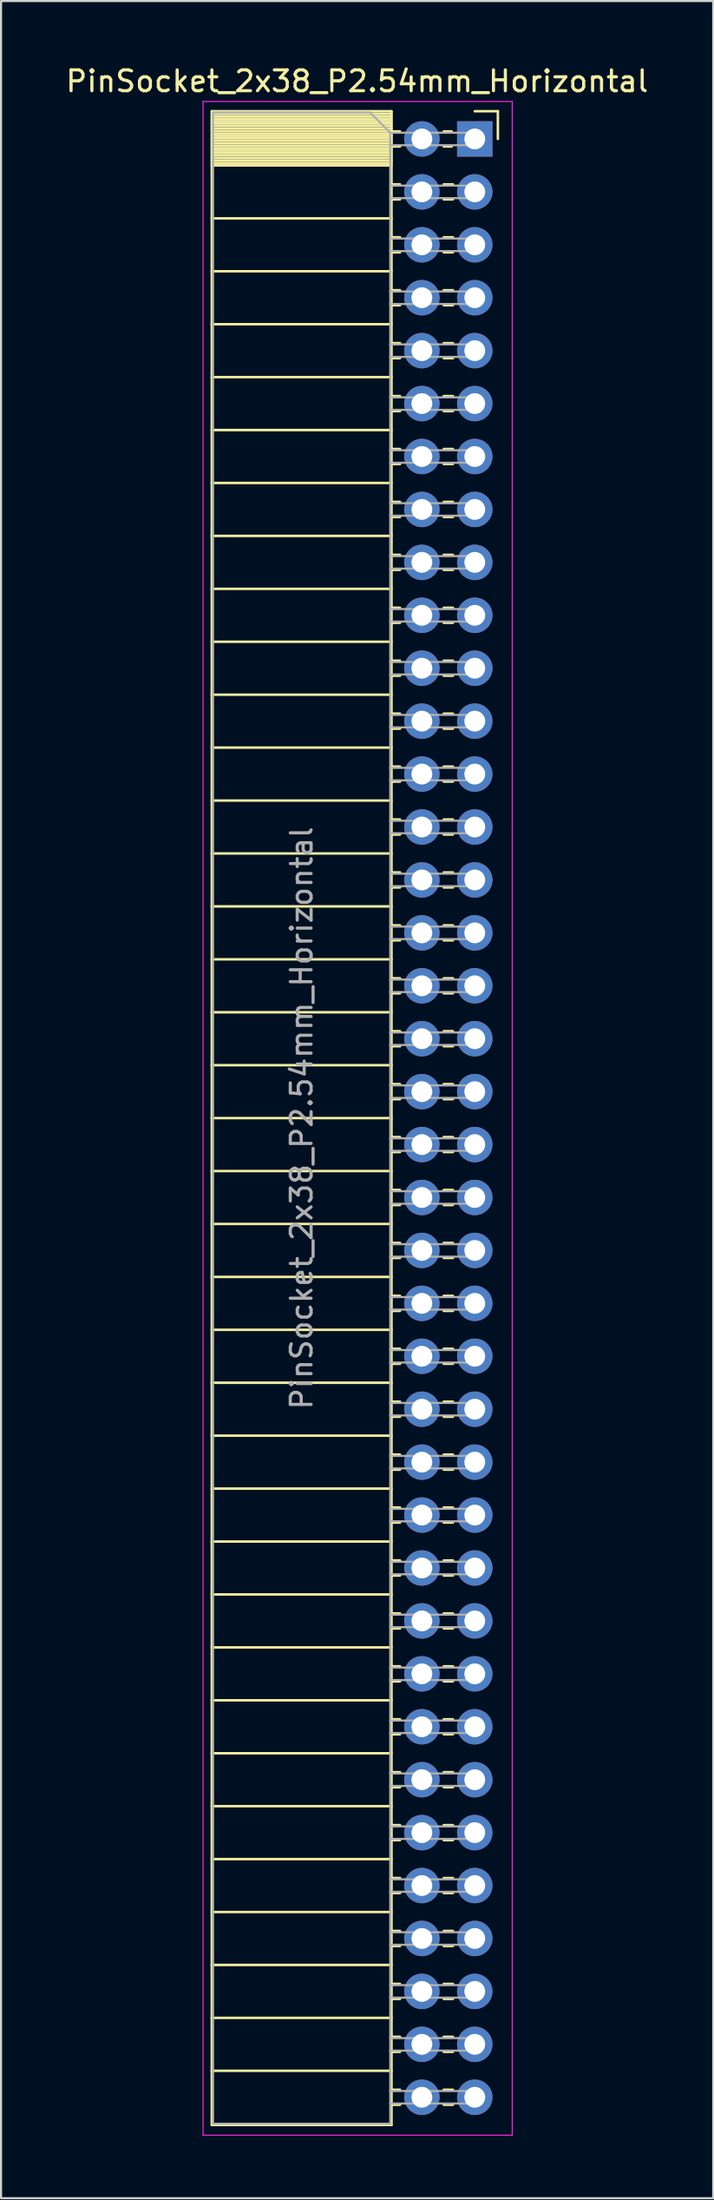
<source format=kicad_pcb>
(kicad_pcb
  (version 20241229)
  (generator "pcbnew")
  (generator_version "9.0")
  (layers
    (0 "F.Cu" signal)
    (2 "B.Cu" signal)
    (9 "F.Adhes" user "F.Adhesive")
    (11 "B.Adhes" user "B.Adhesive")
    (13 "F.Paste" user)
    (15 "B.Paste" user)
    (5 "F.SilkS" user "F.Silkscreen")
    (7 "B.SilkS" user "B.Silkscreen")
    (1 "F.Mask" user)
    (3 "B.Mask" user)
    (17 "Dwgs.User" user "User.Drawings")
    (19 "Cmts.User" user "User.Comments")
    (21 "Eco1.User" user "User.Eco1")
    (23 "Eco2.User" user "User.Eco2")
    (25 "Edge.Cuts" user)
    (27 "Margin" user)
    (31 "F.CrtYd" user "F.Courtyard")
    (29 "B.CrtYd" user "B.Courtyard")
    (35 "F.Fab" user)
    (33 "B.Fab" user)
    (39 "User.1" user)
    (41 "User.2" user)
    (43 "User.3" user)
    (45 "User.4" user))
  (footprint "PinSocket_2x38_P2.54mm_Horizontal"
    (layer "F.Cu")
    (at 19.751 3.618)
    (property "Reference" "PinSocket_2x38_P2.54mm_Horizontal" (at -5.65 -2.77 0) (layer "F.SilkS") (effects (font (size 1 1) (thickness 0.15))))
    (attr through_hole)
    (fp_line (start -12.63 -1.33) (end -12.63 95.31) (stroke (width 0.12) (type solid)) (layer "F.SilkS"))
    (fp_line (start -12.63 -1.33) (end -4 -1.33) (stroke (width 0.12) (type solid)) (layer "F.SilkS"))
    (fp_line (start -12.63 -1.21) (end -4 -1.21) (stroke (width 0.12) (type solid)) (layer "F.SilkS"))
    (fp_line (start -12.63 -1.092) (end -4 -1.092) (stroke (width 0.12) (type solid)) (layer "F.SilkS"))
    (fp_line (start -12.63 -0.974) (end -4 -0.974) (stroke (width 0.12) (type solid)) (layer "F.SilkS"))
    (fp_line (start -12.63 -0.856) (end -4 -0.856) (stroke (width 0.12) (type solid)) (layer "F.SilkS"))
    (fp_line (start -12.63 -0.738) (end -4 -0.738) (stroke (width 0.12) (type solid)) (layer "F.SilkS"))
    (fp_line (start -12.63 -0.62) (end -4 -0.62) (stroke (width 0.12) (type solid)) (layer "F.SilkS"))
    (fp_line (start -12.63 -0.501) (end -4 -0.501) (stroke (width 0.12) (type solid)) (layer "F.SilkS"))
    (fp_line (start -12.63 -0.383) (end -4 -0.383) (stroke (width 0.12) (type solid)) (layer "F.SilkS"))
    (fp_line (start -12.63 -0.265) (end -4 -0.265) (stroke (width 0.12) (type solid)) (layer "F.SilkS"))
    (fp_line (start -12.63 -0.147) (end -4 -0.147) (stroke (width 0.12) (type solid)) (layer "F.SilkS"))
    (fp_line (start -12.63 -0.029) (end -4 -0.029) (stroke (width 0.12) (type solid)) (layer "F.SilkS"))
    (fp_line (start -12.63 0.089) (end -4 0.089) (stroke (width 0.12) (type solid)) (layer "F.SilkS"))
    (fp_line (start -12.63 0.207) (end -4 0.207) (stroke (width 0.12) (type solid)) (layer "F.SilkS"))
    (fp_line (start -12.63 0.325) (end -4 0.325) (stroke (width 0.12) (type solid)) (layer "F.SilkS"))
    (fp_line (start -12.63 0.443) (end -4 0.443) (stroke (width 0.12) (type solid)) (layer "F.SilkS"))
    (fp_line (start -12.63 0.561) (end -4 0.561) (stroke (width 0.12) (type solid)) (layer "F.SilkS"))
    (fp_line (start -12.63 0.68) (end -4 0.68) (stroke (width 0.12) (type solid)) (layer "F.SilkS"))
    (fp_line (start -12.63 0.798) (end -4 0.798) (stroke (width 0.12) (type solid)) (layer "F.SilkS"))
    (fp_line (start -12.63 0.916) (end -4 0.916) (stroke (width 0.12) (type solid)) (layer "F.SilkS"))
    (fp_line (start -12.63 1.034) (end -4 1.034) (stroke (width 0.12) (type solid)) (layer "F.SilkS"))
    (fp_line (start -12.63 1.152) (end -4 1.152) (stroke (width 0.12) (type solid)) (layer "F.SilkS"))
    (fp_line (start -12.63 1.27) (end -4 1.27) (stroke (width 0.12) (type solid)) (layer "F.SilkS"))
    (fp_line (start -12.63 3.81) (end -4 3.81) (stroke (width 0.12) (type solid)) (layer "F.SilkS"))
    (fp_line (start -12.63 6.35) (end -4 6.35) (stroke (width 0.12) (type solid)) (layer "F.SilkS"))
    (fp_line (start -12.63 8.89) (end -4 8.89) (stroke (width 0.12) (type solid)) (layer "F.SilkS"))
    (fp_line (start -12.63 11.43) (end -4 11.43) (stroke (width 0.12) (type solid)) (layer "F.SilkS"))
    (fp_line (start -12.63 13.97) (end -4 13.97) (stroke (width 0.12) (type solid)) (layer "F.SilkS"))
    (fp_line (start -12.63 16.51) (end -4 16.51) (stroke (width 0.12) (type solid)) (layer "F.SilkS"))
    (fp_line (start -12.63 19.05) (end -4 19.05) (stroke (width 0.12) (type solid)) (layer "F.SilkS"))
    (fp_line (start -12.63 21.59) (end -4 21.59) (stroke (width 0.12) (type solid)) (layer "F.SilkS"))
    (fp_line (start -12.63 24.13) (end -4 24.13) (stroke (width 0.12) (type solid)) (layer "F.SilkS"))
    (fp_line (start -12.63 26.67) (end -4 26.67) (stroke (width 0.12) (type solid)) (layer "F.SilkS"))
    (fp_line (start -12.63 29.21) (end -4 29.21) (stroke (width 0.12) (type solid)) (layer "F.SilkS"))
    (fp_line (start -12.63 31.75) (end -4 31.75) (stroke (width 0.12) (type solid)) (layer "F.SilkS"))
    (fp_line (start -12.63 34.29) (end -4 34.29) (stroke (width 0.12) (type solid)) (layer "F.SilkS"))
    (fp_line (start -12.63 36.83) (end -4 36.83) (stroke (width 0.12) (type solid)) (layer "F.SilkS"))
    (fp_line (start -12.63 39.37) (end -4 39.37) (stroke (width 0.12) (type solid)) (layer "F.SilkS"))
    (fp_line (start -12.63 41.91) (end -4 41.91) (stroke (width 0.12) (type solid)) (layer "F.SilkS"))
    (fp_line (start -12.63 44.45) (end -4 44.45) (stroke (width 0.12) (type solid)) (layer "F.SilkS"))
    (fp_line (start -12.63 46.99) (end -4 46.99) (stroke (width 0.12) (type solid)) (layer "F.SilkS"))
    (fp_line (start -12.63 49.53) (end -4 49.53) (stroke (width 0.12) (type solid)) (layer "F.SilkS"))
    (fp_line (start -12.63 52.07) (end -4 52.07) (stroke (width 0.12) (type solid)) (layer "F.SilkS"))
    (fp_line (start -12.63 54.61) (end -4 54.61) (stroke (width 0.12) (type solid)) (layer "F.SilkS"))
    (fp_line (start -12.63 57.15) (end -4 57.15) (stroke (width 0.12) (type solid)) (layer "F.SilkS"))
    (fp_line (start -12.63 59.69) (end -4 59.69) (stroke (width 0.12) (type solid)) (layer "F.SilkS"))
    (fp_line (start -12.63 62.23) (end -4 62.23) (stroke (width 0.12) (type solid)) (layer "F.SilkS"))
    (fp_line (start -12.63 64.77) (end -4 64.77) (stroke (width 0.12) (type solid)) (layer "F.SilkS"))
    (fp_line (start -12.63 67.31) (end -4 67.31) (stroke (width 0.12) (type solid)) (layer "F.SilkS"))
    (fp_line (start -12.63 69.85) (end -4 69.85) (stroke (width 0.12) (type solid)) (layer "F.SilkS"))
    (fp_line (start -12.63 72.39) (end -4 72.39) (stroke (width 0.12) (type solid)) (layer "F.SilkS"))
    (fp_line (start -12.63 74.93) (end -4 74.93) (stroke (width 0.12) (type solid)) (layer "F.SilkS"))
    (fp_line (start -12.63 77.47) (end -4 77.47) (stroke (width 0.12) (type solid)) (layer "F.SilkS"))
    (fp_line (start -12.63 80.01) (end -4 80.01) (stroke (width 0.12) (type solid)) (layer "F.SilkS"))
    (fp_line (start -12.63 82.55) (end -4 82.55) (stroke (width 0.12) (type solid)) (layer "F.SilkS"))
    (fp_line (start -12.63 85.09) (end -4 85.09) (stroke (width 0.12) (type solid)) (layer "F.SilkS"))
    (fp_line (start -12.63 87.63) (end -4 87.63) (stroke (width 0.12) (type solid)) (layer "F.SilkS"))
    (fp_line (start -12.63 90.17) (end -4 90.17) (stroke (width 0.12) (type solid)) (layer "F.SilkS"))
    (fp_line (start -12.63 92.71) (end -4 92.71) (stroke (width 0.12) (type solid)) (layer "F.SilkS"))
    (fp_line (start -12.63 95.31) (end -4 95.31) (stroke (width 0.12) (type solid)) (layer "F.SilkS"))
    (fp_line (start -4 -1.33) (end -4 95.31) (stroke (width 0.12) (type solid)) (layer "F.SilkS"))
    (fp_line (start -4 -0.36) (end -3.59 -0.36) (stroke (width 0.12) (type solid)) (layer "F.SilkS"))
    (fp_line (start -4 0.36) (end -3.59 0.36) (stroke (width 0.12) (type solid)) (layer "F.SilkS"))
    (fp_line (start -4 2.18) (end -3.59 2.18) (stroke (width 0.12) (type solid)) (layer "F.SilkS"))
    (fp_line (start -4 2.9) (end -3.59 2.9) (stroke (width 0.12) (type solid)) (layer "F.SilkS"))
    (fp_line (start -4 4.72) (end -3.59 4.72) (stroke (width 0.12) (type solid)) (layer "F.SilkS"))
    (fp_line (start -4 5.44) (end -3.59 5.44) (stroke (width 0.12) (type solid)) (layer "F.SilkS"))
    (fp_line (start -4 7.26) (end -3.59 7.26) (stroke (width 0.12) (type solid)) (layer "F.SilkS"))
    (fp_line (start -4 7.98) (end -3.59 7.98) (stroke (width 0.12) (type solid)) (layer "F.SilkS"))
    (fp_line (start -4 9.8) (end -3.59 9.8) (stroke (width 0.12) (type solid)) (layer "F.SilkS"))
    (fp_line (start -4 10.52) (end -3.59 10.52) (stroke (width 0.12) (type solid)) (layer "F.SilkS"))
    (fp_line (start -4 12.34) (end -3.59 12.34) (stroke (width 0.12) (type solid)) (layer "F.SilkS"))
    (fp_line (start -4 13.06) (end -3.59 13.06) (stroke (width 0.12) (type solid)) (layer "F.SilkS"))
    (fp_line (start -4 14.88) (end -3.59 14.88) (stroke (width 0.12) (type solid)) (layer "F.SilkS"))
    (fp_line (start -4 15.6) (end -3.59 15.6) (stroke (width 0.12) (type solid)) (layer "F.SilkS"))
    (fp_line (start -4 17.42) (end -3.59 17.42) (stroke (width 0.12) (type solid)) (layer "F.SilkS"))
    (fp_line (start -4 18.14) (end -3.59 18.14) (stroke (width 0.12) (type solid)) (layer "F.SilkS"))
    (fp_line (start -4 19.96) (end -3.59 19.96) (stroke (width 0.12) (type solid)) (layer "F.SilkS"))
    (fp_line (start -4 20.68) (end -3.59 20.68) (stroke (width 0.12) (type solid)) (layer "F.SilkS"))
    (fp_line (start -4 22.5) (end -3.59 22.5) (stroke (width 0.12) (type solid)) (layer "F.SilkS"))
    (fp_line (start -4 23.22) (end -3.59 23.22) (stroke (width 0.12) (type solid)) (layer "F.SilkS"))
    (fp_line (start -4 25.04) (end -3.59 25.04) (stroke (width 0.12) (type solid)) (layer "F.SilkS"))
    (fp_line (start -4 25.76) (end -3.59 25.76) (stroke (width 0.12) (type solid)) (layer "F.SilkS"))
    (fp_line (start -4 27.58) (end -3.59 27.58) (stroke (width 0.12) (type solid)) (layer "F.SilkS"))
    (fp_line (start -4 28.3) (end -3.59 28.3) (stroke (width 0.12) (type solid)) (layer "F.SilkS"))
    (fp_line (start -4 30.12) (end -3.59 30.12) (stroke (width 0.12) (type solid)) (layer "F.SilkS"))
    (fp_line (start -4 30.84) (end -3.59 30.84) (stroke (width 0.12) (type solid)) (layer "F.SilkS"))
    (fp_line (start -4 32.66) (end -3.59 32.66) (stroke (width 0.12) (type solid)) (layer "F.SilkS"))
    (fp_line (start -4 33.38) (end -3.59 33.38) (stroke (width 0.12) (type solid)) (layer "F.SilkS"))
    (fp_line (start -4 35.2) (end -3.59 35.2) (stroke (width 0.12) (type solid)) (layer "F.SilkS"))
    (fp_line (start -4 35.92) (end -3.59 35.92) (stroke (width 0.12) (type solid)) (layer "F.SilkS"))
    (fp_line (start -4 37.74) (end -3.59 37.74) (stroke (width 0.12) (type solid)) (layer "F.SilkS"))
    (fp_line (start -4 38.46) (end -3.59 38.46) (stroke (width 0.12) (type solid)) (layer "F.SilkS"))
    (fp_line (start -4 40.28) (end -3.59 40.28) (stroke (width 0.12) (type solid)) (layer "F.SilkS"))
    (fp_line (start -4 41) (end -3.59 41) (stroke (width 0.12) (type solid)) (layer "F.SilkS"))
    (fp_line (start -4 42.82) (end -3.59 42.82) (stroke (width 0.12) (type solid)) (layer "F.SilkS"))
    (fp_line (start -4 43.54) (end -3.59 43.54) (stroke (width 0.12) (type solid)) (layer "F.SilkS"))
    (fp_line (start -4 45.36) (end -3.59 45.36) (stroke (width 0.12) (type solid)) (layer "F.SilkS"))
    (fp_line (start -4 46.08) (end -3.59 46.08) (stroke (width 0.12) (type solid)) (layer "F.SilkS"))
    (fp_line (start -4 47.9) (end -3.59 47.9) (stroke (width 0.12) (type solid)) (layer "F.SilkS"))
    (fp_line (start -4 48.62) (end -3.59 48.62) (stroke (width 0.12) (type solid)) (layer "F.SilkS"))
    (fp_line (start -4 50.44) (end -3.59 50.44) (stroke (width 0.12) (type solid)) (layer "F.SilkS"))
    (fp_line (start -4 51.16) (end -3.59 51.16) (stroke (width 0.12) (type solid)) (layer "F.SilkS"))
    (fp_line (start -4 52.98) (end -3.59 52.98) (stroke (width 0.12) (type solid)) (layer "F.SilkS"))
    (fp_line (start -4 53.7) (end -3.59 53.7) (stroke (width 0.12) (type solid)) (layer "F.SilkS"))
    (fp_line (start -4 55.52) (end -3.59 55.52) (stroke (width 0.12) (type solid)) (layer "F.SilkS"))
    (fp_line (start -4 56.24) (end -3.59 56.24) (stroke (width 0.12) (type solid)) (layer "F.SilkS"))
    (fp_line (start -4 58.06) (end -3.59 58.06) (stroke (width 0.12) (type solid)) (layer "F.SilkS"))
    (fp_line (start -4 58.78) (end -3.59 58.78) (stroke (width 0.12) (type solid)) (layer "F.SilkS"))
    (fp_line (start -4 60.6) (end -3.59 60.6) (stroke (width 0.12) (type solid)) (layer "F.SilkS"))
    (fp_line (start -4 61.32) (end -3.59 61.32) (stroke (width 0.12) (type solid)) (layer "F.SilkS"))
    (fp_line (start -4 63.14) (end -3.59 63.14) (stroke (width 0.12) (type solid)) (layer "F.SilkS"))
    (fp_line (start -4 63.86) (end -3.59 63.86) (stroke (width 0.12) (type solid)) (layer "F.SilkS"))
    (fp_line (start -4 65.68) (end -3.59 65.68) (stroke (width 0.12) (type solid)) (layer "F.SilkS"))
    (fp_line (start -4 66.4) (end -3.59 66.4) (stroke (width 0.12) (type solid)) (layer "F.SilkS"))
    (fp_line (start -4 68.22) (end -3.59 68.22) (stroke (width 0.12) (type solid)) (layer "F.SilkS"))
    (fp_line (start -4 68.94) (end -3.59 68.94) (stroke (width 0.12) (type solid)) (layer "F.SilkS"))
    (fp_line (start -4 70.76) (end -3.59 70.76) (stroke (width 0.12) (type solid)) (layer "F.SilkS"))
    (fp_line (start -4 71.48) (end -3.59 71.48) (stroke (width 0.12) (type solid)) (layer "F.SilkS"))
    (fp_line (start -4 73.3) (end -3.59 73.3) (stroke (width 0.12) (type solid)) (layer "F.SilkS"))
    (fp_line (start -4 74.02) (end -3.59 74.02) (stroke (width 0.12) (type solid)) (layer "F.SilkS"))
    (fp_line (start -4 75.84) (end -3.59 75.84) (stroke (width 0.12) (type solid)) (layer "F.SilkS"))
    (fp_line (start -4 76.56) (end -3.59 76.56) (stroke (width 0.12) (type solid)) (layer "F.SilkS"))
    (fp_line (start -4 78.38) (end -3.59 78.38) (stroke (width 0.12) (type solid)) (layer "F.SilkS"))
    (fp_line (start -4 79.1) (end -3.59 79.1) (stroke (width 0.12) (type solid)) (layer "F.SilkS"))
    (fp_line (start -4 80.92) (end -3.59 80.92) (stroke (width 0.12) (type solid)) (layer "F.SilkS"))
    (fp_line (start -4 81.64) (end -3.59 81.64) (stroke (width 0.12) (type solid)) (layer "F.SilkS"))
    (fp_line (start -4 83.46) (end -3.59 83.46) (stroke (width 0.12) (type solid)) (layer "F.SilkS"))
    (fp_line (start -4 84.18) (end -3.59 84.18) (stroke (width 0.12) (type solid)) (layer "F.SilkS"))
    (fp_line (start -4 86) (end -3.59 86) (stroke (width 0.12) (type solid)) (layer "F.SilkS"))
    (fp_line (start -4 86.72) (end -3.59 86.72) (stroke (width 0.12) (type solid)) (layer "F.SilkS"))
    (fp_line (start -4 88.54) (end -3.59 88.54) (stroke (width 0.12) (type solid)) (layer "F.SilkS"))
    (fp_line (start -4 89.26) (end -3.59 89.26) (stroke (width 0.12) (type solid)) (layer "F.SilkS"))
    (fp_line (start -4 91.08) (end -3.59 91.08) (stroke (width 0.12) (type solid)) (layer "F.SilkS"))
    (fp_line (start -4 91.8) (end -3.59 91.8) (stroke (width 0.12) (type solid)) (layer "F.SilkS"))
    (fp_line (start -4 93.62) (end -3.59 93.62) (stroke (width 0.12) (type solid)) (layer "F.SilkS"))
    (fp_line (start -4 94.34) (end -3.59 94.34) (stroke (width 0.12) (type solid)) (layer "F.SilkS"))
    (fp_line (start -1.49 -0.36) (end -1.11 -0.36) (stroke (width 0.12) (type solid)) (layer "F.SilkS"))
    (fp_line (start -1.49 0.36) (end -1.11 0.36) (stroke (width 0.12) (type solid)) (layer "F.SilkS"))
    (fp_line (start -1.49 2.18) (end -1.05 2.18) (stroke (width 0.12) (type solid)) (layer "F.SilkS"))
    (fp_line (start -1.49 2.9) (end -1.05 2.9) (stroke (width 0.12) (type solid)) (layer "F.SilkS"))
    (fp_line (start -1.49 4.72) (end -1.05 4.72) (stroke (width 0.12) (type solid)) (layer "F.SilkS"))
    (fp_line (start -1.49 5.44) (end -1.05 5.44) (stroke (width 0.12) (type solid)) (layer "F.SilkS"))
    (fp_line (start -1.49 7.26) (end -1.05 7.26) (stroke (width 0.12) (type solid)) (layer "F.SilkS"))
    (fp_line (start -1.49 7.98) (end -1.05 7.98) (stroke (width 0.12) (type solid)) (layer "F.SilkS"))
    (fp_line (start -1.49 9.8) (end -1.05 9.8) (stroke (width 0.12) (type solid)) (layer "F.SilkS"))
    (fp_line (start -1.49 10.52) (end -1.05 10.52) (stroke (width 0.12) (type solid)) (layer "F.SilkS"))
    (fp_line (start -1.49 12.34) (end -1.05 12.34) (stroke (width 0.12) (type solid)) (layer "F.SilkS"))
    (fp_line (start -1.49 13.06) (end -1.05 13.06) (stroke (width 0.12) (type solid)) (layer "F.SilkS"))
    (fp_line (start -1.49 14.88) (end -1.05 14.88) (stroke (width 0.12) (type solid)) (layer "F.SilkS"))
    (fp_line (start -1.49 15.6) (end -1.05 15.6) (stroke (width 0.12) (type solid)) (layer "F.SilkS"))
    (fp_line (start -1.49 17.42) (end -1.05 17.42) (stroke (width 0.12) (type solid)) (layer "F.SilkS"))
    (fp_line (start -1.49 18.14) (end -1.05 18.14) (stroke (width 0.12) (type solid)) (layer "F.SilkS"))
    (fp_line (start -1.49 19.96) (end -1.05 19.96) (stroke (width 0.12) (type solid)) (layer "F.SilkS"))
    (fp_line (start -1.49 20.68) (end -1.05 20.68) (stroke (width 0.12) (type solid)) (layer "F.SilkS"))
    (fp_line (start -1.49 22.5) (end -1.05 22.5) (stroke (width 0.12) (type solid)) (layer "F.SilkS"))
    (fp_line (start -1.49 23.22) (end -1.05 23.22) (stroke (width 0.12) (type solid)) (layer "F.SilkS"))
    (fp_line (start -1.49 25.04) (end -1.05 25.04) (stroke (width 0.12) (type solid)) (layer "F.SilkS"))
    (fp_line (start -1.49 25.76) (end -1.05 25.76) (stroke (width 0.12) (type solid)) (layer "F.SilkS"))
    (fp_line (start -1.49 27.58) (end -1.05 27.58) (stroke (width 0.12) (type solid)) (layer "F.SilkS"))
    (fp_line (start -1.49 28.3) (end -1.05 28.3) (stroke (width 0.12) (type solid)) (layer "F.SilkS"))
    (fp_line (start -1.49 30.12) (end -1.05 30.12) (stroke (width 0.12) (type solid)) (layer "F.SilkS"))
    (fp_line (start -1.49 30.84) (end -1.05 30.84) (stroke (width 0.12) (type solid)) (layer "F.SilkS"))
    (fp_line (start -1.49 32.66) (end -1.05 32.66) (stroke (width 0.12) (type solid)) (layer "F.SilkS"))
    (fp_line (start -1.49 33.38) (end -1.05 33.38) (stroke (width 0.12) (type solid)) (layer "F.SilkS"))
    (fp_line (start -1.49 35.2) (end -1.05 35.2) (stroke (width 0.12) (type solid)) (layer "F.SilkS"))
    (fp_line (start -1.49 35.92) (end -1.05 35.92) (stroke (width 0.12) (type solid)) (layer "F.SilkS"))
    (fp_line (start -1.49 37.74) (end -1.05 37.74) (stroke (width 0.12) (type solid)) (layer "F.SilkS"))
    (fp_line (start -1.49 38.46) (end -1.05 38.46) (stroke (width 0.12) (type solid)) (layer "F.SilkS"))
    (fp_line (start -1.49 40.28) (end -1.05 40.28) (stroke (width 0.12) (type solid)) (layer "F.SilkS"))
    (fp_line (start -1.49 41) (end -1.05 41) (stroke (width 0.12) (type solid)) (layer "F.SilkS"))
    (fp_line (start -1.49 42.82) (end -1.05 42.82) (stroke (width 0.12) (type solid)) (layer "F.SilkS"))
    (fp_line (start -1.49 43.54) (end -1.05 43.54) (stroke (width 0.12) (type solid)) (layer "F.SilkS"))
    (fp_line (start -1.49 45.36) (end -1.05 45.36) (stroke (width 0.12) (type solid)) (layer "F.SilkS"))
    (fp_line (start -1.49 46.08) (end -1.05 46.08) (stroke (width 0.12) (type solid)) (layer "F.SilkS"))
    (fp_line (start -1.49 47.9) (end -1.05 47.9) (stroke (width 0.12) (type solid)) (layer "F.SilkS"))
    (fp_line (start -1.49 48.62) (end -1.05 48.62) (stroke (width 0.12) (type solid)) (layer "F.SilkS"))
    (fp_line (start -1.49 50.44) (end -1.05 50.44) (stroke (width 0.12) (type solid)) (layer "F.SilkS"))
    (fp_line (start -1.49 51.16) (end -1.05 51.16) (stroke (width 0.12) (type solid)) (layer "F.SilkS"))
    (fp_line (start -1.49 52.98) (end -1.05 52.98) (stroke (width 0.12) (type solid)) (layer "F.SilkS"))
    (fp_line (start -1.49 53.7) (end -1.05 53.7) (stroke (width 0.12) (type solid)) (layer "F.SilkS"))
    (fp_line (start -1.49 55.52) (end -1.05 55.52) (stroke (width 0.12) (type solid)) (layer "F.SilkS"))
    (fp_line (start -1.49 56.24) (end -1.05 56.24) (stroke (width 0.12) (type solid)) (layer "F.SilkS"))
    (fp_line (start -1.49 58.06) (end -1.05 58.06) (stroke (width 0.12) (type solid)) (layer "F.SilkS"))
    (fp_line (start -1.49 58.78) (end -1.05 58.78) (stroke (width 0.12) (type solid)) (layer "F.SilkS"))
    (fp_line (start -1.49 60.6) (end -1.05 60.6) (stroke (width 0.12) (type solid)) (layer "F.SilkS"))
    (fp_line (start -1.49 61.32) (end -1.05 61.32) (stroke (width 0.12) (type solid)) (layer "F.SilkS"))
    (fp_line (start -1.49 63.14) (end -1.05 63.14) (stroke (width 0.12) (type solid)) (layer "F.SilkS"))
    (fp_line (start -1.49 63.86) (end -1.05 63.86) (stroke (width 0.12) (type solid)) (layer "F.SilkS"))
    (fp_line (start -1.49 65.68) (end -1.05 65.68) (stroke (width 0.12) (type solid)) (layer "F.SilkS"))
    (fp_line (start -1.49 66.4) (end -1.05 66.4) (stroke (width 0.12) (type solid)) (layer "F.SilkS"))
    (fp_line (start -1.49 68.22) (end -1.05 68.22) (stroke (width 0.12) (type solid)) (layer "F.SilkS"))
    (fp_line (start -1.49 68.94) (end -1.05 68.94) (stroke (width 0.12) (type solid)) (layer "F.SilkS"))
    (fp_line (start -1.49 70.76) (end -1.05 70.76) (stroke (width 0.12) (type solid)) (layer "F.SilkS"))
    (fp_line (start -1.49 71.48) (end -1.05 71.48) (stroke (width 0.12) (type solid)) (layer "F.SilkS"))
    (fp_line (start -1.49 73.3) (end -1.05 73.3) (stroke (width 0.12) (type solid)) (layer "F.SilkS"))
    (fp_line (start -1.49 74.02) (end -1.05 74.02) (stroke (width 0.12) (type solid)) (layer "F.SilkS"))
    (fp_line (start -1.49 75.84) (end -1.05 75.84) (stroke (width 0.12) (type solid)) (layer "F.SilkS"))
    (fp_line (start -1.49 76.56) (end -1.05 76.56) (stroke (width 0.12) (type solid)) (layer "F.SilkS"))
    (fp_line (start -1.49 78.38) (end -1.05 78.38) (stroke (width 0.12) (type solid)) (layer "F.SilkS"))
    (fp_line (start -1.49 79.1) (end -1.05 79.1) (stroke (width 0.12) (type solid)) (layer "F.SilkS"))
    (fp_line (start -1.49 80.92) (end -1.05 80.92) (stroke (width 0.12) (type solid)) (layer "F.SilkS"))
    (fp_line (start -1.49 81.64) (end -1.05 81.64) (stroke (width 0.12) (type solid)) (layer "F.SilkS"))
    (fp_line (start -1.49 83.46) (end -1.05 83.46) (stroke (width 0.12) (type solid)) (layer "F.SilkS"))
    (fp_line (start -1.49 84.18) (end -1.05 84.18) (stroke (width 0.12) (type solid)) (layer "F.SilkS"))
    (fp_line (start -1.49 86) (end -1.05 86) (stroke (width 0.12) (type solid)) (layer "F.SilkS"))
    (fp_line (start -1.49 86.72) (end -1.05 86.72) (stroke (width 0.12) (type solid)) (layer "F.SilkS"))
    (fp_line (start -1.49 88.54) (end -1.05 88.54) (stroke (width 0.12) (type solid)) (layer "F.SilkS"))
    (fp_line (start -1.49 89.26) (end -1.05 89.26) (stroke (width 0.12) (type solid)) (layer "F.SilkS"))
    (fp_line (start -1.49 91.08) (end -1.05 91.08) (stroke (width 0.12) (type solid)) (layer "F.SilkS"))
    (fp_line (start -1.49 91.8) (end -1.05 91.8) (stroke (width 0.12) (type solid)) (layer "F.SilkS"))
    (fp_line (start -1.49 93.62) (end -1.05 93.62) (stroke (width 0.12) (type solid)) (layer "F.SilkS"))
    (fp_line (start -1.49 94.34) (end -1.05 94.34) (stroke (width 0.12) (type solid)) (layer "F.SilkS"))
    (fp_line (start 0 -1.33) (end 1.11 -1.33) (stroke (width 0.12) (type solid)) (layer "F.SilkS"))
    (fp_line (start 1.11 -1.33) (end 1.11 0) (stroke (width 0.12) (type solid)) (layer "F.SilkS"))
    (fp_line (start -13.05 -1.8) (end -13.05 95.8) (stroke (width 0.05) (type solid)) (layer "F.CrtYd"))
    (fp_line (start -13.05 95.8) (end 1.8 95.8) (stroke (width 0.05) (type solid)) (layer "F.CrtYd"))
    (fp_line (start 1.8 -1.8) (end -13.05 -1.8) (stroke (width 0.05) (type solid)) (layer "F.CrtYd"))
    (fp_line (start 1.8 95.8) (end 1.8 -1.8) (stroke (width 0.05) (type solid)) (layer "F.CrtYd"))
    (fp_line (start -12.57 -1.27) (end -5.03 -1.27) (stroke (width 0.1) (type solid)) (layer "F.Fab"))
    (fp_line (start -12.57 95.25) (end -12.57 -1.27) (stroke (width 0.1) (type solid)) (layer "F.Fab"))
    (fp_line (start -5.03 -1.27) (end -4.06 -0.3) (stroke (width 0.1) (type solid)) (layer "F.Fab"))
    (fp_line (start -4.06 -0.3) (end -4.06 95.25) (stroke (width 0.1) (type solid)) (layer "F.Fab"))
    (fp_line (start -4.06 0.3) (end 0 0.3) (stroke (width 0.1) (type solid)) (layer "F.Fab"))
    (fp_line (start -4.06 2.84) (end 0 2.84) (stroke (width 0.1) (type solid)) (layer "F.Fab"))
    (fp_line (start -4.06 5.38) (end 0 5.38) (stroke (width 0.1) (type solid)) (layer "F.Fab"))
    (fp_line (start -4.06 7.92) (end 0 7.92) (stroke (width 0.1) (type solid)) (layer "F.Fab"))
    (fp_line (start -4.06 10.46) (end 0 10.46) (stroke (width 0.1) (type solid)) (layer "F.Fab"))
    (fp_line (start -4.06 13) (end 0 13) (stroke (width 0.1) (type solid)) (layer "F.Fab"))
    (fp_line (start -4.06 15.54) (end 0 15.54) (stroke (width 0.1) (type solid)) (layer "F.Fab"))
    (fp_line (start -4.06 18.08) (end 0 18.08) (stroke (width 0.1) (type solid)) (layer "F.Fab"))
    (fp_line (start -4.06 20.62) (end 0 20.62) (stroke (width 0.1) (type solid)) (layer "F.Fab"))
    (fp_line (start -4.06 23.16) (end 0 23.16) (stroke (width 0.1) (type solid)) (layer "F.Fab"))
    (fp_line (start -4.06 25.7) (end 0 25.7) (stroke (width 0.1) (type solid)) (layer "F.Fab"))
    (fp_line (start -4.06 28.24) (end 0 28.24) (stroke (width 0.1) (type solid)) (layer "F.Fab"))
    (fp_line (start -4.06 30.78) (end 0 30.78) (stroke (width 0.1) (type solid)) (layer "F.Fab"))
    (fp_line (start -4.06 33.32) (end 0 33.32) (stroke (width 0.1) (type solid)) (layer "F.Fab"))
    (fp_line (start -4.06 35.86) (end 0 35.86) (stroke (width 0.1) (type solid)) (layer "F.Fab"))
    (fp_line (start -4.06 38.4) (end 0 38.4) (stroke (width 0.1) (type solid)) (layer "F.Fab"))
    (fp_line (start -4.06 40.94) (end 0 40.94) (stroke (width 0.1) (type solid)) (layer "F.Fab"))
    (fp_line (start -4.06 43.48) (end 0 43.48) (stroke (width 0.1) (type solid)) (layer "F.Fab"))
    (fp_line (start -4.06 46.02) (end 0 46.02) (stroke (width 0.1) (type solid)) (layer "F.Fab"))
    (fp_line (start -4.06 48.56) (end 0 48.56) (stroke (width 0.1) (type solid)) (layer "F.Fab"))
    (fp_line (start -4.06 51.1) (end 0 51.1) (stroke (width 0.1) (type solid)) (layer "F.Fab"))
    (fp_line (start -4.06 53.64) (end 0 53.64) (stroke (width 0.1) (type solid)) (layer "F.Fab"))
    (fp_line (start -4.06 56.18) (end 0 56.18) (stroke (width 0.1) (type solid)) (layer "F.Fab"))
    (fp_line (start -4.06 58.72) (end 0 58.72) (stroke (width 0.1) (type solid)) (layer "F.Fab"))
    (fp_line (start -4.06 61.26) (end 0 61.26) (stroke (width 0.1) (type solid)) (layer "F.Fab"))
    (fp_line (start -4.06 63.8) (end 0 63.8) (stroke (width 0.1) (type solid)) (layer "F.Fab"))
    (fp_line (start -4.06 66.34) (end 0 66.34) (stroke (width 0.1) (type solid)) (layer "F.Fab"))
    (fp_line (start -4.06 68.88) (end 0 68.88) (stroke (width 0.1) (type solid)) (layer "F.Fab"))
    (fp_line (start -4.06 71.42) (end 0 71.42) (stroke (width 0.1) (type solid)) (layer "F.Fab"))
    (fp_line (start -4.06 73.96) (end 0 73.96) (stroke (width 0.1) (type solid)) (layer "F.Fab"))
    (fp_line (start -4.06 76.5) (end 0 76.5) (stroke (width 0.1) (type solid)) (layer "F.Fab"))
    (fp_line (start -4.06 79.04) (end 0 79.04) (stroke (width 0.1) (type solid)) (layer "F.Fab"))
    (fp_line (start -4.06 81.58) (end 0 81.58) (stroke (width 0.1) (type solid)) (layer "F.Fab"))
    (fp_line (start -4.06 84.12) (end 0 84.12) (stroke (width 0.1) (type solid)) (layer "F.Fab"))
    (fp_line (start -4.06 86.66) (end 0 86.66) (stroke (width 0.1) (type solid)) (layer "F.Fab"))
    (fp_line (start -4.06 89.2) (end 0 89.2) (stroke (width 0.1) (type solid)) (layer "F.Fab"))
    (fp_line (start -4.06 91.74) (end 0 91.74) (stroke (width 0.1) (type solid)) (layer "F.Fab"))
    (fp_line (start -4.06 94.28) (end 0 94.28) (stroke (width 0.1) (type solid)) (layer "F.Fab"))
    (fp_line (start -4.06 95.25) (end -12.57 95.25) (stroke (width 0.1) (type solid)) (layer "F.Fab"))
    (fp_line (start 0 -0.3) (end -4.06 -0.3) (stroke (width 0.1) (type solid)) (layer "F.Fab"))
    (fp_line (start 0 0.3) (end 0 -0.3) (stroke (width 0.1) (type solid)) (layer "F.Fab"))
    (fp_line (start 0 2.24) (end -4.06 2.24) (stroke (width 0.1) (type solid)) (layer "F.Fab"))
    (fp_line (start 0 2.84) (end 0 2.24) (stroke (width 0.1) (type solid)) (layer "F.Fab"))
    (fp_line (start 0 4.78) (end -4.06 4.78) (stroke (width 0.1) (type solid)) (layer "F.Fab"))
    (fp_line (start 0 5.38) (end 0 4.78) (stroke (width 0.1) (type solid)) (layer "F.Fab"))
    (fp_line (start 0 7.32) (end -4.06 7.32) (stroke (width 0.1) (type solid)) (layer "F.Fab"))
    (fp_line (start 0 7.92) (end 0 7.32) (stroke (width 0.1) (type solid)) (layer "F.Fab"))
    (fp_line (start 0 9.86) (end -4.06 9.86) (stroke (width 0.1) (type solid)) (layer "F.Fab"))
    (fp_line (start 0 10.46) (end 0 9.86) (stroke (width 0.1) (type solid)) (layer "F.Fab"))
    (fp_line (start 0 12.4) (end -4.06 12.4) (stroke (width 0.1) (type solid)) (layer "F.Fab"))
    (fp_line (start 0 13) (end 0 12.4) (stroke (width 0.1) (type solid)) (layer "F.Fab"))
    (fp_line (start 0 14.94) (end -4.06 14.94) (stroke (width 0.1) (type solid)) (layer "F.Fab"))
    (fp_line (start 0 15.54) (end 0 14.94) (stroke (width 0.1) (type solid)) (layer "F.Fab"))
    (fp_line (start 0 17.48) (end -4.06 17.48) (stroke (width 0.1) (type solid)) (layer "F.Fab"))
    (fp_line (start 0 18.08) (end 0 17.48) (stroke (width 0.1) (type solid)) (layer "F.Fab"))
    (fp_line (start 0 20.02) (end -4.06 20.02) (stroke (width 0.1) (type solid)) (layer "F.Fab"))
    (fp_line (start 0 20.62) (end 0 20.02) (stroke (width 0.1) (type solid)) (layer "F.Fab"))
    (fp_line (start 0 22.56) (end -4.06 22.56) (stroke (width 0.1) (type solid)) (layer "F.Fab"))
    (fp_line (start 0 23.16) (end 0 22.56) (stroke (width 0.1) (type solid)) (layer "F.Fab"))
    (fp_line (start 0 25.1) (end -4.06 25.1) (stroke (width 0.1) (type solid)) (layer "F.Fab"))
    (fp_line (start 0 25.7) (end 0 25.1) (stroke (width 0.1) (type solid)) (layer "F.Fab"))
    (fp_line (start 0 27.64) (end -4.06 27.64) (stroke (width 0.1) (type solid)) (layer "F.Fab"))
    (fp_line (start 0 28.24) (end 0 27.64) (stroke (width 0.1) (type solid)) (layer "F.Fab"))
    (fp_line (start 0 30.18) (end -4.06 30.18) (stroke (width 0.1) (type solid)) (layer "F.Fab"))
    (fp_line (start 0 30.78) (end 0 30.18) (stroke (width 0.1) (type solid)) (layer "F.Fab"))
    (fp_line (start 0 32.72) (end -4.06 32.72) (stroke (width 0.1) (type solid)) (layer "F.Fab"))
    (fp_line (start 0 33.32) (end 0 32.72) (stroke (width 0.1) (type solid)) (layer "F.Fab"))
    (fp_line (start 0 35.26) (end -4.06 35.26) (stroke (width 0.1) (type solid)) (layer "F.Fab"))
    (fp_line (start 0 35.86) (end 0 35.26) (stroke (width 0.1) (type solid)) (layer "F.Fab"))
    (fp_line (start 0 37.8) (end -4.06 37.8) (stroke (width 0.1) (type solid)) (layer "F.Fab"))
    (fp_line (start 0 38.4) (end 0 37.8) (stroke (width 0.1) (type solid)) (layer "F.Fab"))
    (fp_line (start 0 40.34) (end -4.06 40.34) (stroke (width 0.1) (type solid)) (layer "F.Fab"))
    (fp_line (start 0 40.94) (end 0 40.34) (stroke (width 0.1) (type solid)) (layer "F.Fab"))
    (fp_line (start 0 42.88) (end -4.06 42.88) (stroke (width 0.1) (type solid)) (layer "F.Fab"))
    (fp_line (start 0 43.48) (end 0 42.88) (stroke (width 0.1) (type solid)) (layer "F.Fab"))
    (fp_line (start 0 45.42) (end -4.06 45.42) (stroke (width 0.1) (type solid)) (layer "F.Fab"))
    (fp_line (start 0 46.02) (end 0 45.42) (stroke (width 0.1) (type solid)) (layer "F.Fab"))
    (fp_line (start 0 47.96) (end -4.06 47.96) (stroke (width 0.1) (type solid)) (layer "F.Fab"))
    (fp_line (start 0 48.56) (end 0 47.96) (stroke (width 0.1) (type solid)) (layer "F.Fab"))
    (fp_line (start 0 50.5) (end -4.06 50.5) (stroke (width 0.1) (type solid)) (layer "F.Fab"))
    (fp_line (start 0 51.1) (end 0 50.5) (stroke (width 0.1) (type solid)) (layer "F.Fab"))
    (fp_line (start 0 53.04) (end -4.06 53.04) (stroke (width 0.1) (type solid)) (layer "F.Fab"))
    (fp_line (start 0 53.64) (end 0 53.04) (stroke (width 0.1) (type solid)) (layer "F.Fab"))
    (fp_line (start 0 55.58) (end -4.06 55.58) (stroke (width 0.1) (type solid)) (layer "F.Fab"))
    (fp_line (start 0 56.18) (end 0 55.58) (stroke (width 0.1) (type solid)) (layer "F.Fab"))
    (fp_line (start 0 58.12) (end -4.06 58.12) (stroke (width 0.1) (type solid)) (layer "F.Fab"))
    (fp_line (start 0 58.72) (end 0 58.12) (stroke (width 0.1) (type solid)) (layer "F.Fab"))
    (fp_line (start 0 60.66) (end -4.06 60.66) (stroke (width 0.1) (type solid)) (layer "F.Fab"))
    (fp_line (start 0 61.26) (end 0 60.66) (stroke (width 0.1) (type solid)) (layer "F.Fab"))
    (fp_line (start 0 63.2) (end -4.06 63.2) (stroke (width 0.1) (type solid)) (layer "F.Fab"))
    (fp_line (start 0 63.8) (end 0 63.2) (stroke (width 0.1) (type solid)) (layer "F.Fab"))
    (fp_line (start 0 65.74) (end -4.06 65.74) (stroke (width 0.1) (type solid)) (layer "F.Fab"))
    (fp_line (start 0 66.34) (end 0 65.74) (stroke (width 0.1) (type solid)) (layer "F.Fab"))
    (fp_line (start 0 68.28) (end -4.06 68.28) (stroke (width 0.1) (type solid)) (layer "F.Fab"))
    (fp_line (start 0 68.88) (end 0 68.28) (stroke (width 0.1) (type solid)) (layer "F.Fab"))
    (fp_line (start 0 70.82) (end -4.06 70.82) (stroke (width 0.1) (type solid)) (layer "F.Fab"))
    (fp_line (start 0 71.42) (end 0 70.82) (stroke (width 0.1) (type solid)) (layer "F.Fab"))
    (fp_line (start 0 73.36) (end -4.06 73.36) (stroke (width 0.1) (type solid)) (layer "F.Fab"))
    (fp_line (start 0 73.96) (end 0 73.36) (stroke (width 0.1) (type solid)) (layer "F.Fab"))
    (fp_line (start 0 75.9) (end -4.06 75.9) (stroke (width 0.1) (type solid)) (layer "F.Fab"))
    (fp_line (start 0 76.5) (end 0 75.9) (stroke (width 0.1) (type solid)) (layer "F.Fab"))
    (fp_line (start 0 78.44) (end -4.06 78.44) (stroke (width 0.1) (type solid)) (layer "F.Fab"))
    (fp_line (start 0 79.04) (end 0 78.44) (stroke (width 0.1) (type solid)) (layer "F.Fab"))
    (fp_line (start 0 80.98) (end -4.06 80.98) (stroke (width 0.1) (type solid)) (layer "F.Fab"))
    (fp_line (start 0 81.58) (end 0 80.98) (stroke (width 0.1) (type solid)) (layer "F.Fab"))
    (fp_line (start 0 83.52) (end -4.06 83.52) (stroke (width 0.1) (type solid)) (layer "F.Fab"))
    (fp_line (start 0 84.12) (end 0 83.52) (stroke (width 0.1) (type solid)) (layer "F.Fab"))
    (fp_line (start 0 86.06) (end -4.06 86.06) (stroke (width 0.1) (type solid)) (layer "F.Fab"))
    (fp_line (start 0 86.66) (end 0 86.06) (stroke (width 0.1) (type solid)) (layer "F.Fab"))
    (fp_line (start 0 88.6) (end -4.06 88.6) (stroke (width 0.1) (type solid)) (layer "F.Fab"))
    (fp_line (start 0 89.2) (end 0 88.6) (stroke (width 0.1) (type solid)) (layer "F.Fab"))
    (fp_line (start 0 91.14) (end -4.06 91.14) (stroke (width 0.1) (type solid)) (layer "F.Fab"))
    (fp_line (start 0 91.74) (end 0 91.14) (stroke (width 0.1) (type solid)) (layer "F.Fab"))
    (fp_line (start 0 93.68) (end -4.06 93.68) (stroke (width 0.1) (type solid)) (layer "F.Fab"))
    (fp_line (start 0 94.28) (end 0 93.68) (stroke (width 0.1) (type solid)) (layer "F.Fab"))
    (fp_text user "${REFERENCE}" (at -8.315 46.99 90) (layer "F.Fab") (effects (font (size 1 1) (thickness 0.15))))
    (pad "1" thru_hole rect (at 0 0) (size 1.7 1.7) (drill 1) (layers "*.Cu" "*.Mask"))
    (pad "2" thru_hole oval (at -2.54 0) (size 1.7 1.7) (drill 1) (layers "*.Cu" "*.Mask"))
    (pad "3" thru_hole oval (at 0 2.54) (size 1.7 1.7) (drill 1) (layers "*.Cu" "*.Mask"))
    (pad "4" thru_hole oval (at -2.54 2.54) (size 1.7 1.7) (drill 1) (layers "*.Cu" "*.Mask"))
    (pad "5" thru_hole oval (at 0 5.08) (size 1.7 1.7) (drill 1) (layers "*.Cu" "*.Mask"))
    (pad "6" thru_hole oval (at -2.54 5.08) (size 1.7 1.7) (drill 1) (layers "*.Cu" "*.Mask"))
    (pad "7" thru_hole oval (at 0 7.62) (size 1.7 1.7) (drill 1) (layers "*.Cu" "*.Mask"))
    (pad "8" thru_hole oval (at -2.54 7.62) (size 1.7 1.7) (drill 1) (layers "*.Cu" "*.Mask"))
    (pad "9" thru_hole oval (at 0 10.16) (size 1.7 1.7) (drill 1) (layers "*.Cu" "*.Mask"))
    (pad "10" thru_hole oval (at -2.54 10.16) (size 1.7 1.7) (drill 1) (layers "*.Cu" "*.Mask"))
    (pad "11" thru_hole oval (at 0 12.7) (size 1.7 1.7) (drill 1) (layers "*.Cu" "*.Mask"))
    (pad "12" thru_hole oval (at -2.54 12.7) (size 1.7 1.7) (drill 1) (layers "*.Cu" "*.Mask"))
    (pad "13" thru_hole oval (at 0 15.24) (size 1.7 1.7) (drill 1) (layers "*.Cu" "*.Mask"))
    (pad "14" thru_hole oval (at -2.54 15.24) (size 1.7 1.7) (drill 1) (layers "*.Cu" "*.Mask"))
    (pad "15" thru_hole oval (at 0 17.78) (size 1.7 1.7) (drill 1) (layers "*.Cu" "*.Mask"))
    (pad "16" thru_hole oval (at -2.54 17.78) (size 1.7 1.7) (drill 1) (layers "*.Cu" "*.Mask"))
    (pad "17" thru_hole oval (at 0 20.32) (size 1.7 1.7) (drill 1) (layers "*.Cu" "*.Mask"))
    (pad "18" thru_hole oval (at -2.54 20.32) (size 1.7 1.7) (drill 1) (layers "*.Cu" "*.Mask"))
    (pad "19" thru_hole oval (at 0 22.86) (size 1.7 1.7) (drill 1) (layers "*.Cu" "*.Mask"))
    (pad "20" thru_hole oval (at -2.54 22.86) (size 1.7 1.7) (drill 1) (layers "*.Cu" "*.Mask"))
    (pad "21" thru_hole oval (at 0 25.4) (size 1.7 1.7) (drill 1) (layers "*.Cu" "*.Mask"))
    (pad "22" thru_hole oval (at -2.54 25.4) (size 1.7 1.7) (drill 1) (layers "*.Cu" "*.Mask"))
    (pad "23" thru_hole oval (at 0 27.94) (size 1.7 1.7) (drill 1) (layers "*.Cu" "*.Mask"))
    (pad "24" thru_hole oval (at -2.54 27.94) (size 1.7 1.7) (drill 1) (layers "*.Cu" "*.Mask"))
    (pad "25" thru_hole oval (at 0 30.48) (size 1.7 1.7) (drill 1) (layers "*.Cu" "*.Mask"))
    (pad "26" thru_hole oval (at -2.54 30.48) (size 1.7 1.7) (drill 1) (layers "*.Cu" "*.Mask"))
    (pad "27" thru_hole oval (at 0 33.02) (size 1.7 1.7) (drill 1) (layers "*.Cu" "*.Mask"))
    (pad "28" thru_hole oval (at -2.54 33.02) (size 1.7 1.7) (drill 1) (layers "*.Cu" "*.Mask"))
    (pad "29" thru_hole oval (at 0 35.56) (size 1.7 1.7) (drill 1) (layers "*.Cu" "*.Mask"))
    (pad "30" thru_hole oval (at -2.54 35.56) (size 1.7 1.7) (drill 1) (layers "*.Cu" "*.Mask"))
    (pad "31" thru_hole oval (at 0 38.1) (size 1.7 1.7) (drill 1) (layers "*.Cu" "*.Mask"))
    (pad "32" thru_hole oval (at -2.54 38.1) (size 1.7 1.7) (drill 1) (layers "*.Cu" "*.Mask"))
    (pad "33" thru_hole oval (at 0 40.64) (size 1.7 1.7) (drill 1) (layers "*.Cu" "*.Mask"))
    (pad "34" thru_hole oval (at -2.54 40.64) (size 1.7 1.7) (drill 1) (layers "*.Cu" "*.Mask"))
    (pad "35" thru_hole oval (at 0 43.18) (size 1.7 1.7) (drill 1) (layers "*.Cu" "*.Mask"))
    (pad "36" thru_hole oval (at -2.54 43.18) (size 1.7 1.7) (drill 1) (layers "*.Cu" "*.Mask"))
    (pad "37" thru_hole oval (at 0 45.72) (size 1.7 1.7) (drill 1) (layers "*.Cu" "*.Mask"))
    (pad "38" thru_hole oval (at -2.54 45.72) (size 1.7 1.7) (drill 1) (layers "*.Cu" "*.Mask"))
    (pad "39" thru_hole oval (at 0 48.26) (size 1.7 1.7) (drill 1) (layers "*.Cu" "*.Mask"))
    (pad "40" thru_hole oval (at -2.54 48.26) (size 1.7 1.7) (drill 1) (layers "*.Cu" "*.Mask"))
    (pad "41" thru_hole oval (at 0 50.8) (size 1.7 1.7) (drill 1) (layers "*.Cu" "*.Mask"))
    (pad "42" thru_hole oval (at -2.54 50.8) (size 1.7 1.7) (drill 1) (layers "*.Cu" "*.Mask"))
    (pad "43" thru_hole oval (at 0 53.34) (size 1.7 1.7) (drill 1) (layers "*.Cu" "*.Mask"))
    (pad "44" thru_hole oval (at -2.54 53.34) (size 1.7 1.7) (drill 1) (layers "*.Cu" "*.Mask"))
    (pad "45" thru_hole oval (at 0 55.88) (size 1.7 1.7) (drill 1) (layers "*.Cu" "*.Mask"))
    (pad "46" thru_hole oval (at -2.54 55.88) (size 1.7 1.7) (drill 1) (layers "*.Cu" "*.Mask"))
    (pad "47" thru_hole oval (at 0 58.42) (size 1.7 1.7) (drill 1) (layers "*.Cu" "*.Mask"))
    (pad "48" thru_hole oval (at -2.54 58.42) (size 1.7 1.7) (drill 1) (layers "*.Cu" "*.Mask"))
    (pad "49" thru_hole oval (at 0 60.96) (size 1.7 1.7) (drill 1) (layers "*.Cu" "*.Mask"))
    (pad "50" thru_hole oval (at -2.54 60.96) (size 1.7 1.7) (drill 1) (layers "*.Cu" "*.Mask"))
    (pad "51" thru_hole oval (at 0 63.5) (size 1.7 1.7) (drill 1) (layers "*.Cu" "*.Mask"))
    (pad "52" thru_hole oval (at -2.54 63.5) (size 1.7 1.7) (drill 1) (layers "*.Cu" "*.Mask"))
    (pad "53" thru_hole oval (at 0 66.04) (size 1.7 1.7) (drill 1) (layers "*.Cu" "*.Mask"))
    (pad "54" thru_hole oval (at -2.54 66.04) (size 1.7 1.7) (drill 1) (layers "*.Cu" "*.Mask"))
    (pad "55" thru_hole oval (at 0 68.58) (size 1.7 1.7) (drill 1) (layers "*.Cu" "*.Mask"))
    (pad "56" thru_hole oval (at -2.54 68.58) (size 1.7 1.7) (drill 1) (layers "*.Cu" "*.Mask"))
    (pad "57" thru_hole oval (at 0 71.12) (size 1.7 1.7) (drill 1) (layers "*.Cu" "*.Mask"))
    (pad "58" thru_hole oval (at -2.54 71.12) (size 1.7 1.7) (drill 1) (layers "*.Cu" "*.Mask"))
    (pad "59" thru_hole oval (at 0 73.66) (size 1.7 1.7) (drill 1) (layers "*.Cu" "*.Mask"))
    (pad "60" thru_hole oval (at -2.54 73.66) (size 1.7 1.7) (drill 1) (layers "*.Cu" "*.Mask"))
    (pad "61" thru_hole oval (at 0 76.2) (size 1.7 1.7) (drill 1) (layers "*.Cu" "*.Mask"))
    (pad "62" thru_hole oval (at -2.54 76.2) (size 1.7 1.7) (drill 1) (layers "*.Cu" "*.Mask"))
    (pad "63" thru_hole oval (at 0 78.74) (size 1.7 1.7) (drill 1) (layers "*.Cu" "*.Mask"))
    (pad "64" thru_hole oval (at -2.54 78.74) (size 1.7 1.7) (drill 1) (layers "*.Cu" "*.Mask"))
    (pad "65" thru_hole oval (at 0 81.28) (size 1.7 1.7) (drill 1) (layers "*.Cu" "*.Mask"))
    (pad "66" thru_hole oval (at -2.54 81.28) (size 1.7 1.7) (drill 1) (layers "*.Cu" "*.Mask"))
    (pad "67" thru_hole oval (at 0 83.82) (size 1.7 1.7) (drill 1) (layers "*.Cu" "*.Mask"))
    (pad "68" thru_hole oval (at -2.54 83.82) (size 1.7 1.7) (drill 1) (layers "*.Cu" "*.Mask"))
    (pad "69" thru_hole oval (at 0 86.36) (size 1.7 1.7) (drill 1) (layers "*.Cu" "*.Mask"))
    (pad "70" thru_hole oval (at -2.54 86.36) (size 1.7 1.7) (drill 1) (layers "*.Cu" "*.Mask"))
    (pad "71" thru_hole oval (at 0 88.9) (size 1.7 1.7) (drill 1) (layers "*.Cu" "*.Mask"))
    (pad "72" thru_hole oval (at -2.54 88.9) (size 1.7 1.7) (drill 1) (layers "*.Cu" "*.Mask"))
    (pad "73" thru_hole oval (at 0 91.44) (size 1.7 1.7) (drill 1) (layers "*.Cu" "*.Mask"))
    (pad "74" thru_hole oval (at -2.54 91.44) (size 1.7 1.7) (drill 1) (layers "*.Cu" "*.Mask"))
    (pad "75" thru_hole oval (at 0 93.98) (size 1.7 1.7) (drill 1) (layers "*.Cu" "*.Mask"))
    (pad "76" thru_hole oval (at -2.54 93.98) (size 1.7 1.7) (drill 1) (layers "*.Cu" "*.Mask")))
  (gr_rect
    (start -3 -3)
    (end 31.202 102.443)
    (stroke (width 0.1) (type default))
    (fill no)
    (layer "Edge.Cuts")))
</source>
